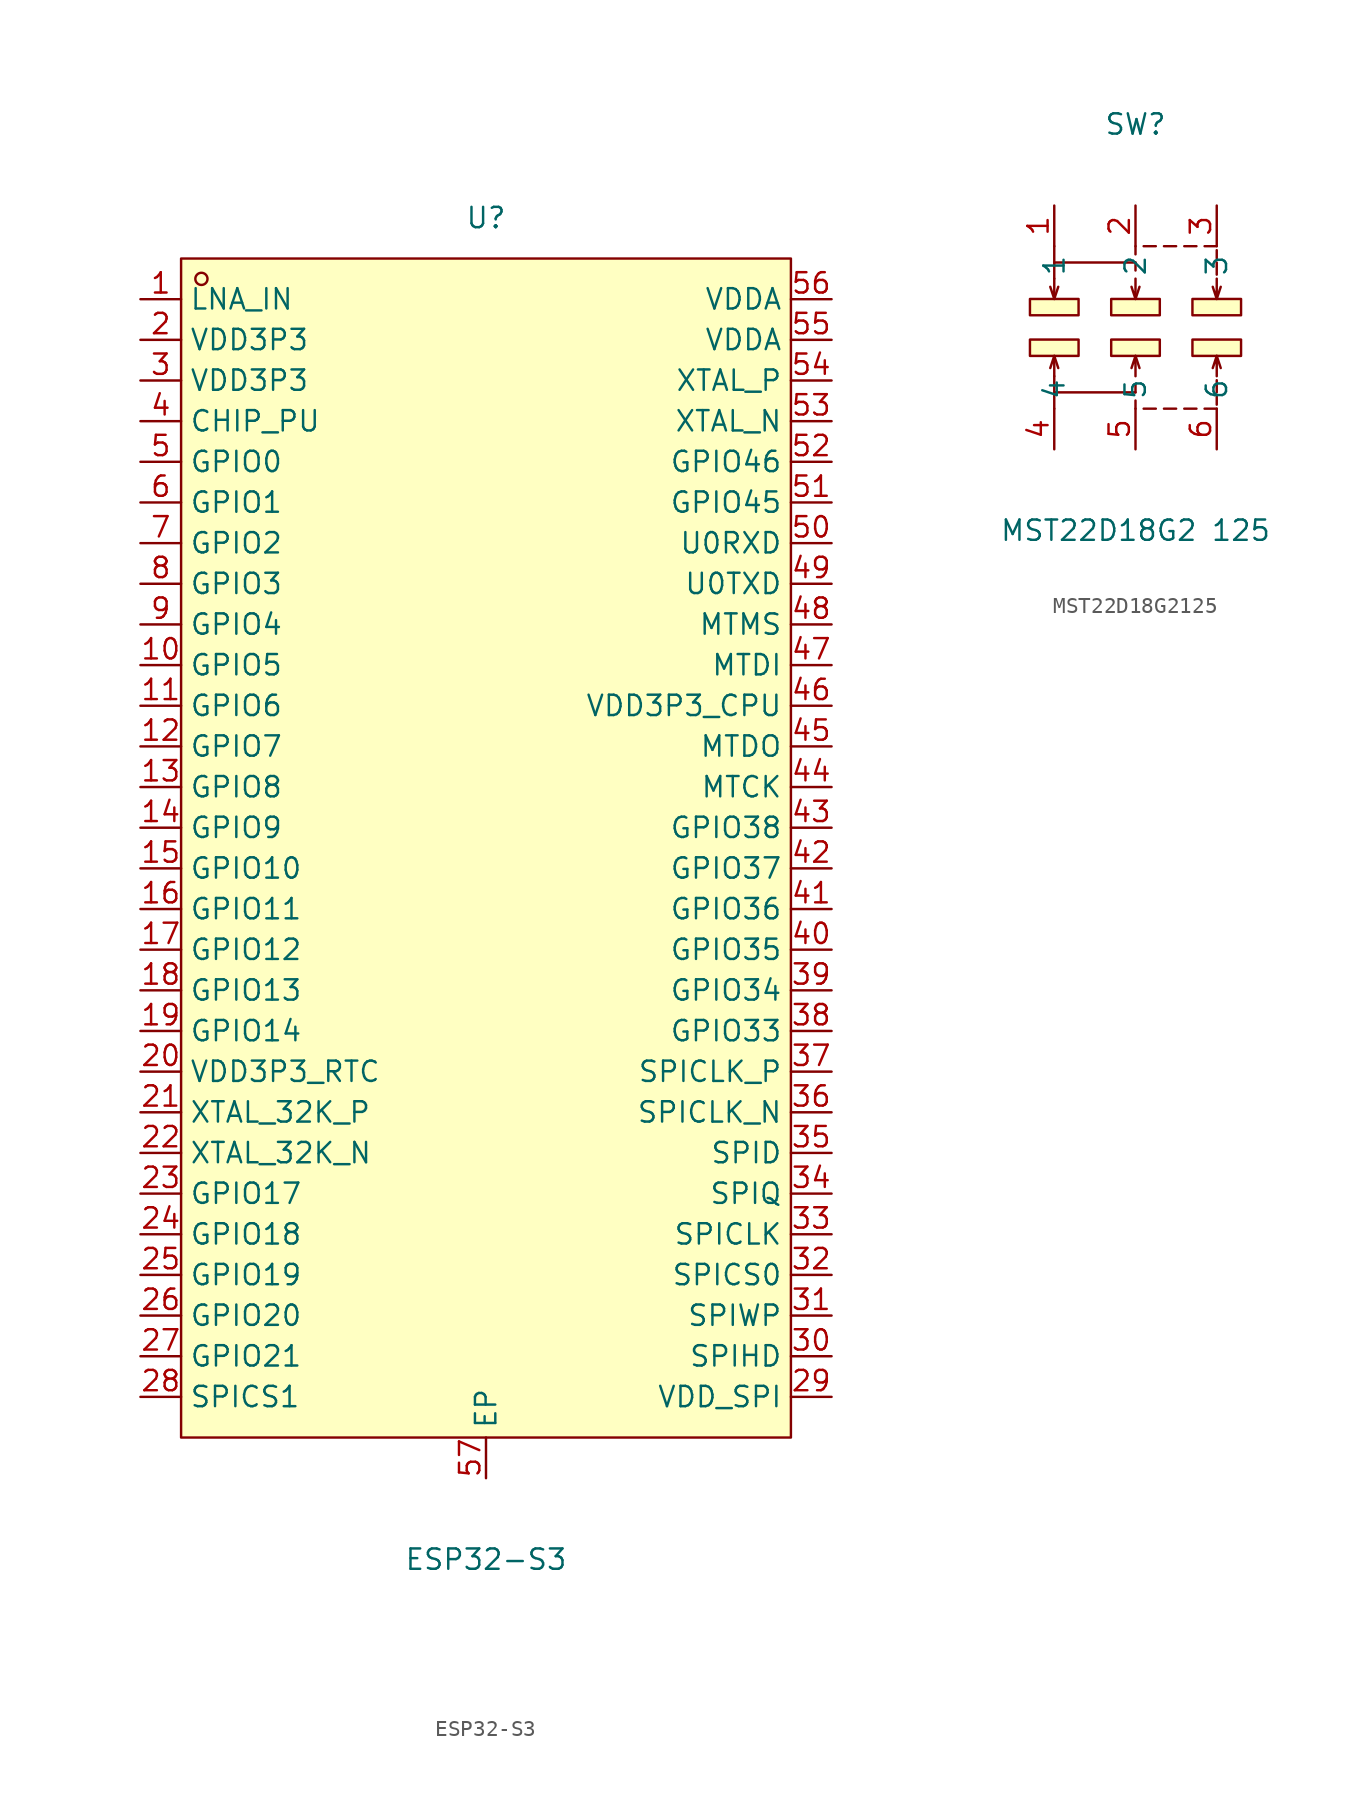
<source format=kicad_sym>
(kicad_symbol_lib
  (version 20220914)
  (generator kicad_symbol_editor)
  (symbol "ESP32-S3"
    (property "Reference" "U"
      (at 0 39.37 0)
      (effects (font (size 1.27 1.27))))
    (property "Value" "ESP32-S3"
      (at 0 -44.45 0)
      (effects (font (size 1.27 1.27))))
    (symbol "ESP32-S3_0_1"
      (rectangle (start -19.05 36.83) (end 19.05 -36.83) (stroke (width 0) (type default)) (fill (type background)))
      (circle (center -17.78 35.56) (radius 0.38) (stroke (width 0) (type default)) (fill (type none)))
      (pin unspecified line (at -21.59 34.29 0) (length 2.54) (name "LNA_IN" (effects (font (size 1.27 1.27)))) (number "1" (effects (font (size 1.27 1.27)))))
      (pin unspecified line (at -21.59 11.43 0) (length 2.54) (name "GPIO5" (effects (font (size 1.27 1.27)))) (number "10" (effects (font (size 1.27 1.27)))))
      (pin unspecified line (at -21.59 8.89 0) (length 2.54) (name "GPIO6" (effects (font (size 1.27 1.27)))) (number "11" (effects (font (size 1.27 1.27)))))
      (pin unspecified line (at -21.59 6.35 0) (length 2.54) (name "GPIO7" (effects (font (size 1.27 1.27)))) (number "12" (effects (font (size 1.27 1.27)))))
      (pin unspecified line (at -21.59 3.81 0) (length 2.54) (name "GPIO8" (effects (font (size 1.27 1.27)))) (number "13" (effects (font (size 1.27 1.27)))))
      (pin unspecified line (at -21.59 1.27 0) (length 2.54) (name "GPIO9" (effects (font (size 1.27 1.27)))) (number "14" (effects (font (size 1.27 1.27)))))
      (pin unspecified line (at -21.59 -1.27 0) (length 2.54) (name "GPIO10" (effects (font (size 1.27 1.27)))) (number "15" (effects (font (size 1.27 1.27)))))
      (pin unspecified line (at -21.59 -3.81 0) (length 2.54) (name "GPIO11" (effects (font (size 1.27 1.27)))) (number "16" (effects (font (size 1.27 1.27)))))
      (pin unspecified line (at -21.59 -6.35 0) (length 2.54) (name "GPIO12" (effects (font (size 1.27 1.27)))) (number "17" (effects (font (size 1.27 1.27)))))
      (pin unspecified line (at -21.59 -8.89 0) (length 2.54) (name "GPIO13" (effects (font (size 1.27 1.27)))) (number "18" (effects (font (size 1.27 1.27)))))
      (pin unspecified line (at -21.59 -11.43 0) (length 2.54) (name "GPIO14" (effects (font (size 1.27 1.27)))) (number "19" (effects (font (size 1.27 1.27)))))
      (pin unspecified line (at -21.59 31.75 0) (length 2.54) (name "VDD3P3" (effects (font (size 1.27 1.27)))) (number "2" (effects (font (size 1.27 1.27)))))
      (pin unspecified line (at -21.59 -13.97 0) (length 2.54) (name "VDD3P3_RTC" (effects (font (size 1.27 1.27)))) (number "20" (effects (font (size 1.27 1.27)))))
      (pin unspecified line (at -21.59 -16.51 0) (length 2.54) (name "XTAL_32K_P" (effects (font (size 1.27 1.27)))) (number "21" (effects (font (size 1.27 1.27)))))
      (pin unspecified line (at -21.59 -19.05 0) (length 2.54) (name "XTAL_32K_N" (effects (font (size 1.27 1.27)))) (number "22" (effects (font (size 1.27 1.27)))))
      (pin unspecified line (at -21.59 -21.59 0) (length 2.54) (name "GPIO17" (effects (font (size 1.27 1.27)))) (number "23" (effects (font (size 1.27 1.27)))))
      (pin unspecified line (at -21.59 -24.13 0) (length 2.54) (name "GPIO18" (effects (font (size 1.27 1.27)))) (number "24" (effects (font (size 1.27 1.27)))))
      (pin unspecified line (at -21.59 -26.67 0) (length 2.54) (name "GPIO19" (effects (font (size 1.27 1.27)))) (number "25" (effects (font (size 1.27 1.27)))))
      (pin unspecified line (at -21.59 -29.21 0) (length 2.54) (name "GPIO20" (effects (font (size 1.27 1.27)))) (number "26" (effects (font (size 1.27 1.27)))))
      (pin unspecified line (at -21.59 -31.75 0) (length 2.54) (name "GPIO21" (effects (font (size 1.27 1.27)))) (number "27" (effects (font (size 1.27 1.27)))))
      (pin unspecified line (at -21.59 -34.29 0) (length 2.54) (name "SPICS1" (effects (font (size 1.27 1.27)))) (number "28" (effects (font (size 1.27 1.27)))))
      (pin unspecified line (at 21.59 -34.29 180) (length 2.54) (name "VDD_SPI" (effects (font (size 1.27 1.27)))) (number "29" (effects (font (size 1.27 1.27)))))
      (pin unspecified line (at -21.59 29.21 0) (length 2.54) (name "VDD3P3" (effects (font (size 1.27 1.27)))) (number "3" (effects (font (size 1.27 1.27)))))
      (pin unspecified line (at 21.59 -31.75 180) (length 2.54) (name "SPIHD" (effects (font (size 1.27 1.27)))) (number "30" (effects (font (size 1.27 1.27)))))
      (pin unspecified line (at 21.59 -29.21 180) (length 2.54) (name "SPIWP" (effects (font (size 1.27 1.27)))) (number "31" (effects (font (size 1.27 1.27)))))
      (pin unspecified line (at 21.59 -26.67 180) (length 2.54) (name "SPICS0" (effects (font (size 1.27 1.27)))) (number "32" (effects (font (size 1.27 1.27)))))
      (pin unspecified line (at 21.59 -24.13 180) (length 2.54) (name "SPICLK" (effects (font (size 1.27 1.27)))) (number "33" (effects (font (size 1.27 1.27)))))
      (pin unspecified line (at 21.59 -21.59 180) (length 2.54) (name "SPIQ" (effects (font (size 1.27 1.27)))) (number "34" (effects (font (size 1.27 1.27)))))
      (pin unspecified line (at 21.59 -19.05 180) (length 2.54) (name "SPID" (effects (font (size 1.27 1.27)))) (number "35" (effects (font (size 1.27 1.27)))))
      (pin unspecified line (at 21.59 -16.51 180) (length 2.54) (name "SPICLK_N" (effects (font (size 1.27 1.27)))) (number "36" (effects (font (size 1.27 1.27)))))
      (pin unspecified line (at 21.59 -13.97 180) (length 2.54) (name "SPICLK_P" (effects (font (size 1.27 1.27)))) (number "37" (effects (font (size 1.27 1.27)))))
      (pin unspecified line (at 21.59 -11.43 180) (length 2.54) (name "GPIO33" (effects (font (size 1.27 1.27)))) (number "38" (effects (font (size 1.27 1.27)))))
      (pin unspecified line (at 21.59 -8.89 180) (length 2.54) (name "GPIO34" (effects (font (size 1.27 1.27)))) (number "39" (effects (font (size 1.27 1.27)))))
      (pin unspecified line (at -21.59 26.67 0) (length 2.54) (name "CHIP_PU" (effects (font (size 1.27 1.27)))) (number "4" (effects (font (size 1.27 1.27)))))
      (pin unspecified line (at 21.59 -6.35 180) (length 2.54) (name "GPIO35" (effects (font (size 1.27 1.27)))) (number "40" (effects (font (size 1.27 1.27)))))
      (pin unspecified line (at 21.59 -3.81 180) (length 2.54) (name "GPIO36" (effects (font (size 1.27 1.27)))) (number "41" (effects (font (size 1.27 1.27)))))
      (pin unspecified line (at 21.59 -1.27 180) (length 2.54) (name "GPIO37" (effects (font (size 1.27 1.27)))) (number "42" (effects (font (size 1.27 1.27)))))
      (pin unspecified line (at 21.59 1.27 180) (length 2.54) (name "GPIO38" (effects (font (size 1.27 1.27)))) (number "43" (effects (font (size 1.27 1.27)))))
      (pin unspecified line (at 21.59 3.81 180) (length 2.54) (name "MTCK" (effects (font (size 1.27 1.27)))) (number "44" (effects (font (size 1.27 1.27)))))
      (pin unspecified line (at 21.59 6.35 180) (length 2.54) (name "MTDO" (effects (font (size 1.27 1.27)))) (number "45" (effects (font (size 1.27 1.27)))))
      (pin unspecified line (at 21.59 8.89 180) (length 2.54) (name "VDD3P3_CPU" (effects (font (size 1.27 1.27)))) (number "46" (effects (font (size 1.27 1.27)))))
      (pin unspecified line (at 21.59 11.43 180) (length 2.54) (name "MTDI" (effects (font (size 1.27 1.27)))) (number "47" (effects (font (size 1.27 1.27)))))
      (pin unspecified line (at 21.59 13.97 180) (length 2.54) (name "MTMS" (effects (font (size 1.27 1.27)))) (number "48" (effects (font (size 1.27 1.27)))))
      (pin unspecified line (at 21.59 16.51 180) (length 2.54) (name "U0TXD" (effects (font (size 1.27 1.27)))) (number "49" (effects (font (size 1.27 1.27)))))
      (pin unspecified line (at -21.59 24.13 0) (length 2.54) (name "GPIO0" (effects (font (size 1.27 1.27)))) (number "5" (effects (font (size 1.27 1.27)))))
      (pin unspecified line (at 21.59 19.05 180) (length 2.54) (name "U0RXD" (effects (font (size 1.27 1.27)))) (number "50" (effects (font (size 1.27 1.27)))))
      (pin unspecified line (at 21.59 21.59 180) (length 2.54) (name "GPIO45" (effects (font (size 1.27 1.27)))) (number "51" (effects (font (size 1.27 1.27)))))
      (pin unspecified line (at 21.59 24.13 180) (length 2.54) (name "GPIO46" (effects (font (size 1.27 1.27)))) (number "52" (effects (font (size 1.27 1.27)))))
      (pin unspecified line (at 21.59 26.67 180) (length 2.54) (name "XTAL_N" (effects (font (size 1.27 1.27)))) (number "53" (effects (font (size 1.27 1.27)))))
      (pin unspecified line (at 21.59 29.21 180) (length 2.54) (name "XTAL_P" (effects (font (size 1.27 1.27)))) (number "54" (effects (font (size 1.27 1.27)))))
      (pin unspecified line (at 21.59 31.75 180) (length 2.54) (name "VDDA" (effects (font (size 1.27 1.27)))) (number "55" (effects (font (size 1.27 1.27)))))
      (pin unspecified line (at 21.59 34.29 180) (length 2.54) (name "VDDA" (effects (font (size 1.27 1.27)))) (number "56" (effects (font (size 1.27 1.27)))))
      (pin unspecified line (at 0 -39.37 90) (length 2.54) (name "EP" (effects (font (size 1.27 1.27)))) (number "57" (effects (font (size 1.27 1.27)))))
      (pin unspecified line (at -21.59 21.59 0) (length 2.54) (name "GPIO1" (effects (font (size 1.27 1.27)))) (number "6" (effects (font (size 1.27 1.27)))))
      (pin unspecified line (at -21.59 19.05 0) (length 2.54) (name "GPIO2" (effects (font (size 1.27 1.27)))) (number "7" (effects (font (size 1.27 1.27)))))
      (pin unspecified line (at -21.59 16.51 0) (length 2.54) (name "GPIO3" (effects (font (size 1.27 1.27)))) (number "8" (effects (font (size 1.27 1.27)))))
      (pin unspecified line (at -21.59 13.97 0) (length 2.54) (name "GPIO4" (effects (font (size 1.27 1.27)))) (number "9" (effects (font (size 1.27 1.27)))))))
  (symbol "MST22D18G2125"
    (property "Reference" "SW"
      (at 0 12.7 0)
      (effects (font (size 1.27 1.27))))
    (property "Value" "MST22D18G2 125"
      (at 0 -12.7 0)
      (effects (font (size 1.27 1.27))))
    (symbol "MST22D18G2125_0_1"
      (rectangle (start -6.6 -0.76) (end -3.56 -1.78) (stroke (width 0) (type default)) (fill (type background)))
      (rectangle (start -6.6 1.78) (end -3.56 0.76) (stroke (width 0) (type default)) (fill (type background)))
      (rectangle (start -1.52 -0.76) (end 1.52 -1.78) (stroke (width 0) (type default)) (fill (type background)))
      (rectangle (start -1.52 1.78) (end 1.52 0.76) (stroke (width 0) (type default)) (fill (type background)))
      (polyline (pts (xy -5.08 -4.06) (xy -5.08 -5.08)) (stroke (width 0) (type default)) (fill (type none)))
      (polyline (pts (xy -5.08 -1.78) (xy -4.83 -2.54)) (stroke (width 0) (type default)) (fill (type none)))
      (polyline (pts (xy -5.08 1.78) (xy -4.83 2.54)) (stroke (width 0) (type default)) (fill (type none)))
      (polyline (pts (xy -5.08 4.06) (xy -5.08 5.08)) (stroke (width 0) (type default)) (fill (type none)))
      (polyline (pts (xy 0 -4.57) (xy 0 -5.08)) (stroke (width 0) (type default)) (fill (type none)))
      (polyline (pts (xy 0 -3.56) (xy 0 -4.06)) (stroke (width 0) (type default)) (fill (type none)))
      (polyline (pts (xy 0 -1.78) (xy 0.25 -2.54)) (stroke (width 0) (type default)) (fill (type none)))
      (polyline (pts (xy 0 1.78) (xy 0.25 2.54)) (stroke (width 0) (type default)) (fill (type none)))
      (polyline (pts (xy 0 3.56) (xy 0 4.06)) (stroke (width 0) (type default)) (fill (type none)))
      (polyline (pts (xy 0 4.57) (xy 0 5.08)) (stroke (width 0) (type default)) (fill (type none)))
      (polyline (pts (xy 0.51 -5.08) (xy 1.27 -5.08)) (stroke (width 0) (type default)) (fill (type none)))
      (polyline (pts (xy 0.51 5.08) (xy 1.27 5.08)) (stroke (width 0) (type default)) (fill (type none)))
      (polyline (pts (xy 1.78 -5.08) (xy 2.54 -5.08)) (stroke (width 0) (type default)) (fill (type none)))
      (polyline (pts (xy 1.78 5.08) (xy 2.54 5.08)) (stroke (width 0) (type default)) (fill (type none)))
      (polyline (pts (xy 3.05 -5.08) (xy 3.81 -5.08)) (stroke (width 0) (type default)) (fill (type none)))
      (polyline (pts (xy 3.05 5.08) (xy 3.81 5.08)) (stroke (width 0) (type default)) (fill (type none)))
      (polyline (pts (xy 4.32 -5.08) (xy 5.08 -5.08)) (stroke (width 0) (type default)) (fill (type none)))
      (polyline (pts (xy 4.32 5.08) (xy 5.08 5.08)) (stroke (width 0) (type default)) (fill (type none)))
      (polyline (pts (xy 5.08 -4.83) (xy 5.08 -4.32)) (stroke (width 0) (type default)) (fill (type none)))
      (polyline (pts (xy 5.08 -4.06) (xy 5.08 -3.3)) (stroke (width 0) (type default)) (fill (type none)))
      (polyline (pts (xy 5.08 -1.78) (xy 5.33 -2.54)) (stroke (width 0) (type default)) (fill (type none)))
      (polyline (pts (xy 5.08 1.78) (xy 5.33 2.54)) (stroke (width 0) (type default)) (fill (type none)))
      (polyline (pts (xy 5.08 4.06) (xy 5.08 3.3)) (stroke (width 0) (type default)) (fill (type none)))
      (polyline (pts (xy 5.08 4.83) (xy 5.08 4.32)) (stroke (width 0) (type default)) (fill (type none)))
      (polyline (pts (xy -5.08 -3.05) (xy -5.08 -4.06) (xy 0 -4.06)) (stroke (width 0) (type default)) (fill (type none)))
      (polyline (pts (xy -5.08 -3.05) (xy -5.08 -1.78) (xy -5.33 -2.54)) (stroke (width 0) (type default)) (fill (type none)))
      (polyline (pts (xy -5.08 3.05) (xy -5.08 1.78) (xy -5.33 2.54)) (stroke (width 0) (type default)) (fill (type none)))
      (polyline (pts (xy -5.08 3.05) (xy -5.08 4.06) (xy 0 4.06)) (stroke (width 0) (type default)) (fill (type none)))
      (polyline (pts (xy 0 -3.05) (xy 0 -1.78) (xy -0.25 -2.54)) (stroke (width 0) (type default)) (fill (type none)))
      (polyline (pts (xy 0 3.05) (xy 0 1.78) (xy -0.25 2.54)) (stroke (width 0) (type default)) (fill (type none)))
      (polyline (pts (xy 5.08 -3.05) (xy 5.08 -1.78) (xy 4.83 -2.54)) (stroke (width 0) (type default)) (fill (type none)))
      (polyline (pts (xy 5.08 3.05) (xy 5.08 1.78) (xy 4.83 2.54)) (stroke (width 0) (type default)) (fill (type none)))
      (rectangle (start 3.56 -0.76) (end 6.6 -1.78) (stroke (width 0) (type default)) (fill (type background)))
      (rectangle (start 3.56 1.78) (end 6.6 0.76) (stroke (width 0) (type default)) (fill (type background)))
      (pin unspecified line (at -5.08 7.62 270) (length 2.54) (name "1" (effects (font (size 1.27 1.27)))) (number "1" (effects (font (size 1.27 1.27)))))
      (pin unspecified line (at 0 7.62 270) (length 2.54) (name "2" (effects (font (size 1.27 1.27)))) (number "2" (effects (font (size 1.27 1.27)))))
      (pin unspecified line (at 5.08 7.62 270) (length 2.54) (name "3" (effects (font (size 1.27 1.27)))) (number "3" (effects (font (size 1.27 1.27)))))
      (pin unspecified line (at -5.08 -7.62 90) (length 2.54) (name "4" (effects (font (size 1.27 1.27)))) (number "4" (effects (font (size 1.27 1.27)))))
      (pin unspecified line (at 0 -7.62 90) (length 2.54) (name "5" (effects (font (size 1.27 1.27)))) (number "5" (effects (font (size 1.27 1.27)))))
      (pin unspecified line (at 5.08 -7.62 90) (length 2.54) (name "6" (effects (font (size 1.27 1.27)))) (number "6" (effects (font (size 1.27 1.27))))))))
</source>
